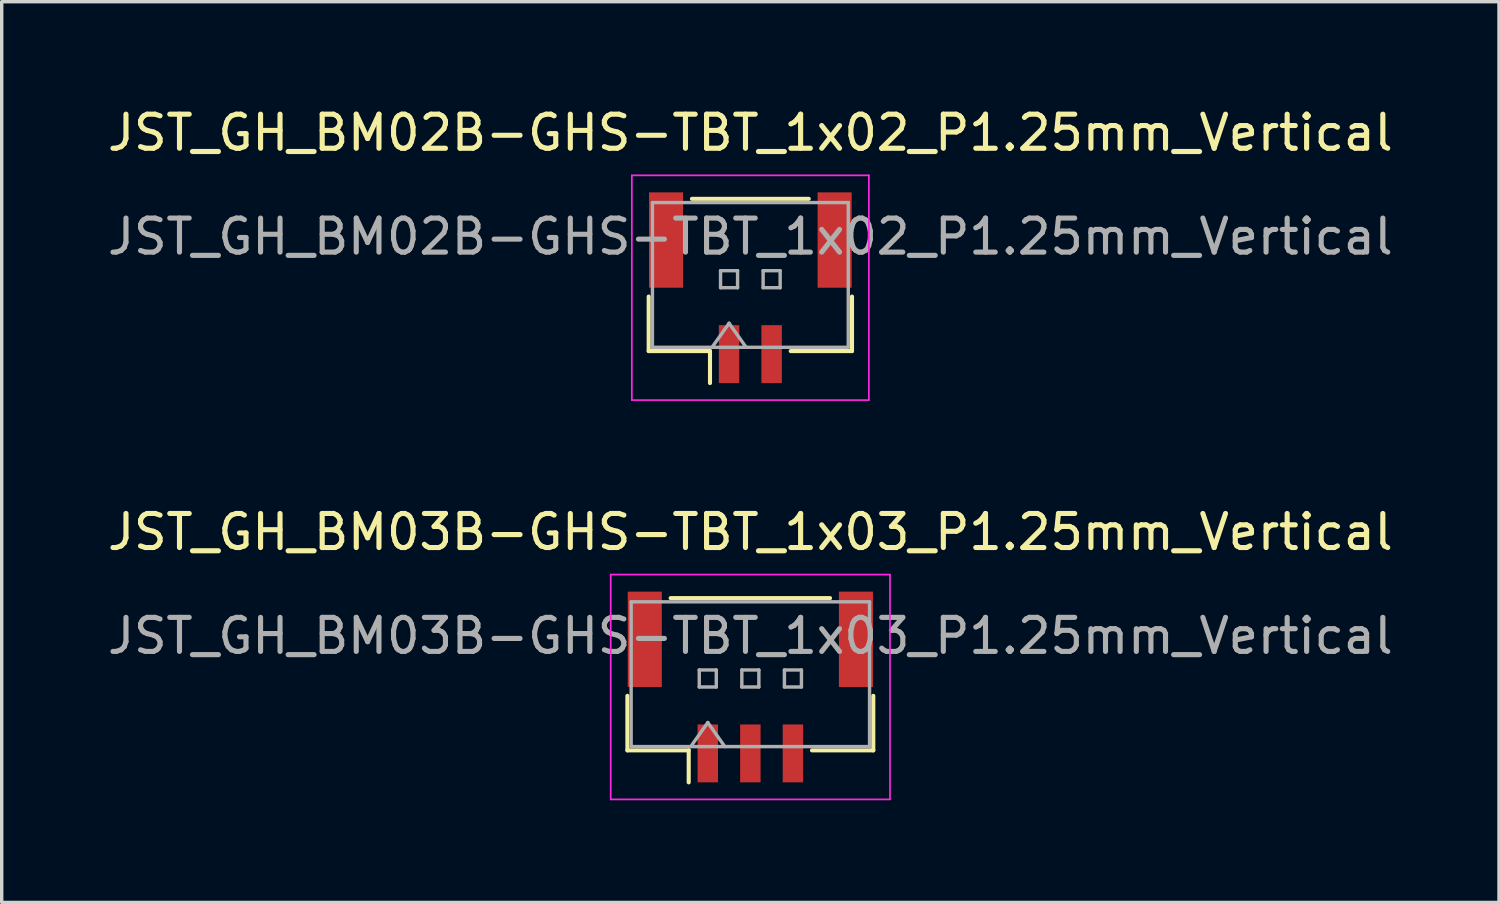
<source format=kicad_pcb>
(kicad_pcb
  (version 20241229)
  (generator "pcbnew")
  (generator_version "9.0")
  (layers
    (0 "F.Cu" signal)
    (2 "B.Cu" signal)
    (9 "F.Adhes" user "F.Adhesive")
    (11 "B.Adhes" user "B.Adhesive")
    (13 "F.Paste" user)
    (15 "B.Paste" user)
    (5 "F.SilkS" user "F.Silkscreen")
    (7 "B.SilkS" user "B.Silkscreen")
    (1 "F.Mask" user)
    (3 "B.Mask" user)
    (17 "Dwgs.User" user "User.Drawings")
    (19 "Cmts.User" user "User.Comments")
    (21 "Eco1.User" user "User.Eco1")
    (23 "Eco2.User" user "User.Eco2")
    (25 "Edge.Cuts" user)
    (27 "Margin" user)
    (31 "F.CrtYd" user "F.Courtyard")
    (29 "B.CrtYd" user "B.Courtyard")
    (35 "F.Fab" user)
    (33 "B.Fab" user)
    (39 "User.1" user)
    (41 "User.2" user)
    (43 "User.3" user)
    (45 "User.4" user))
  (footprint "JST_GH_BM03B-GHS-TBT_1x03_P1.25mm_Vertical"
    (layer "F.Cu")
    (at 18.982 17.122)
    (property "Reference" "JST_GH_BM03B-GHS-TBT_1x03_P1.25mm_Vertical" (at 0 -4.55 0) (layer "F.SilkS") (effects (font (size 1 1) (thickness 0.15))))
    (attr smd)
    (fp_line (start -3.61 0.26) (end -3.61 1.86) (stroke (width 0.12) (type solid)) (layer "F.SilkS"))
    (fp_line (start -3.61 1.86) (end -1.81 1.86) (stroke (width 0.12) (type solid)) (layer "F.SilkS"))
    (fp_line (start -2.34 -2.61) (end 2.34 -2.61) (stroke (width 0.12) (type solid)) (layer "F.SilkS"))
    (fp_line (start -1.81 1.86) (end -1.81 2.8) (stroke (width 0.12) (type solid)) (layer "F.SilkS"))
    (fp_line (start 3.61 0.26) (end 3.61 1.86) (stroke (width 0.12) (type solid)) (layer "F.SilkS"))
    (fp_line (start 3.61 1.86) (end 1.81 1.86) (stroke (width 0.12) (type solid)) (layer "F.SilkS"))
    (fp_line (start -4.1 -3.3) (end -4.1 3.3) (stroke (width 0.05) (type solid)) (layer "F.CrtYd"))
    (fp_line (start -4.1 3.3) (end 4.1 3.3) (stroke (width 0.05) (type solid)) (layer "F.CrtYd"))
    (fp_line (start 4.1 -3.3) (end -4.1 -3.3) (stroke (width 0.05) (type solid)) (layer "F.CrtYd"))
    (fp_line (start 4.1 3.3) (end 4.1 -3.3) (stroke (width 0.05) (type solid)) (layer "F.CrtYd"))
    (fp_line (start -3.5 -2.5) (end 3.5 -2.5) (stroke (width 0.1) (type solid)) (layer "F.Fab"))
    (fp_line (start -3.5 1.75) (end -3.5 -2.5) (stroke (width 0.1) (type solid)) (layer "F.Fab"))
    (fp_line (start -3.5 1.75) (end 3.5 1.75) (stroke (width 0.1) (type solid)) (layer "F.Fab"))
    (fp_line (start -1.75 1.75) (end -1.25 1.043) (stroke (width 0.1) (type solid)) (layer "F.Fab"))
    (fp_line (start -1.5 -0.5) (end -1.5 0) (stroke (width 0.1) (type solid)) (layer "F.Fab"))
    (fp_line (start -1.5 0) (end -1 0) (stroke (width 0.1) (type solid)) (layer "F.Fab"))
    (fp_line (start -1.25 1.043) (end -0.75 1.75) (stroke (width 0.1) (type solid)) (layer "F.Fab"))
    (fp_line (start -1 -0.5) (end -1.5 -0.5) (stroke (width 0.1) (type solid)) (layer "F.Fab"))
    (fp_line (start -1 0) (end -1 -0.5) (stroke (width 0.1) (type solid)) (layer "F.Fab"))
    (fp_line (start -0.25 -0.5) (end -0.25 0) (stroke (width 0.1) (type solid)) (layer "F.Fab"))
    (fp_line (start -0.25 0) (end 0.25 0) (stroke (width 0.1) (type solid)) (layer "F.Fab"))
    (fp_line (start 0.25 -0.5) (end -0.25 -0.5) (stroke (width 0.1) (type solid)) (layer "F.Fab"))
    (fp_line (start 0.25 0) (end 0.25 -0.5) (stroke (width 0.1) (type solid)) (layer "F.Fab"))
    (fp_line (start 1 -0.5) (end 1 0) (stroke (width 0.1) (type solid)) (layer "F.Fab"))
    (fp_line (start 1 0) (end 1.5 0) (stroke (width 0.1) (type solid)) (layer "F.Fab"))
    (fp_line (start 1.5 -0.5) (end 1 -0.5) (stroke (width 0.1) (type solid)) (layer "F.Fab"))
    (fp_line (start 1.5 0) (end 1.5 -0.5) (stroke (width 0.1) (type solid)) (layer "F.Fab"))
    (fp_line (start 3.5 1.75) (end 3.5 -2.5) (stroke (width 0.1) (type solid)) (layer "F.Fab"))
    (fp_text user "${REFERENCE}" (at 0 -1.5 0) (layer "F.Fab") (effects (font (size 1 1) (thickness 0.15))))
    (pad "" smd rect (at -3.1 -1.4) (size 1 2.8) (layers "F.Cu" "F.Mask" "F.Paste"))
    (pad "" smd rect (at 3.1 -1.4) (size 1 2.8) (layers "F.Cu" "F.Mask" "F.Paste"))
    (pad "1" smd rect (at -1.25 1.95) (size 0.6 1.7) (layers "F.Cu" "F.Mask" "F.Paste"))
    (pad "2" smd rect (at 0 1.95) (size 0.6 1.7) (layers "F.Cu" "F.Mask" "F.Paste"))
    (pad "3" smd rect (at 1.25 1.95) (size 0.6 1.7) (layers "F.Cu" "F.Mask" "F.Paste")))
  (footprint "JST_GH_BM02B-GHS-TBT_1x02_P1.25mm_Vertical"
    (layer "F.Cu")
    (at 18.982 5.398)
    (property "Reference" "JST_GH_BM02B-GHS-TBT_1x02_P1.25mm_Vertical" (at 0 -4.55 0) (layer "F.SilkS") (effects (font (size 1 1) (thickness 0.15))))
    (attr smd)
    (fp_line (start -2.985 0.26) (end -2.985 1.86) (stroke (width 0.12) (type solid)) (layer "F.SilkS"))
    (fp_line (start -2.985 1.86) (end -1.185 1.86) (stroke (width 0.12) (type solid)) (layer "F.SilkS"))
    (fp_line (start -1.715 -2.61) (end 1.715 -2.61) (stroke (width 0.12) (type solid)) (layer "F.SilkS"))
    (fp_line (start -1.185 1.86) (end -1.185 2.8) (stroke (width 0.12) (type solid)) (layer "F.SilkS"))
    (fp_line (start 2.985 0.26) (end 2.985 1.86) (stroke (width 0.12) (type solid)) (layer "F.SilkS"))
    (fp_line (start 2.985 1.86) (end 1.185 1.86) (stroke (width 0.12) (type solid)) (layer "F.SilkS"))
    (fp_line (start -3.48 -3.3) (end -3.48 3.3) (stroke (width 0.05) (type solid)) (layer "F.CrtYd"))
    (fp_line (start -3.48 3.3) (end 3.48 3.3) (stroke (width 0.05) (type solid)) (layer "F.CrtYd"))
    (fp_line (start 3.48 -3.3) (end -3.48 -3.3) (stroke (width 0.05) (type solid)) (layer "F.CrtYd"))
    (fp_line (start 3.48 3.3) (end 3.48 -3.3) (stroke (width 0.05) (type solid)) (layer "F.CrtYd"))
    (fp_line (start -2.875 -2.5) (end 2.875 -2.5) (stroke (width 0.1) (type solid)) (layer "F.Fab"))
    (fp_line (start -2.875 1.75) (end -2.875 -2.5) (stroke (width 0.1) (type solid)) (layer "F.Fab"))
    (fp_line (start -2.875 1.75) (end 2.875 1.75) (stroke (width 0.1) (type solid)) (layer "F.Fab"))
    (fp_line (start -1.125 1.75) (end -0.625 1.043) (stroke (width 0.1) (type solid)) (layer "F.Fab"))
    (fp_line (start -0.875 -0.5) (end -0.875 0) (stroke (width 0.1) (type solid)) (layer "F.Fab"))
    (fp_line (start -0.875 0) (end -0.375 0) (stroke (width 0.1) (type solid)) (layer "F.Fab"))
    (fp_line (start -0.625 1.043) (end -0.125 1.75) (stroke (width 0.1) (type solid)) (layer "F.Fab"))
    (fp_line (start -0.375 -0.5) (end -0.875 -0.5) (stroke (width 0.1) (type solid)) (layer "F.Fab"))
    (fp_line (start -0.375 0) (end -0.375 -0.5) (stroke (width 0.1) (type solid)) (layer "F.Fab"))
    (fp_line (start 0.375 -0.5) (end 0.375 0) (stroke (width 0.1) (type solid)) (layer "F.Fab"))
    (fp_line (start 0.375 0) (end 0.875 0) (stroke (width 0.1) (type solid)) (layer "F.Fab"))
    (fp_line (start 0.875 -0.5) (end 0.375 -0.5) (stroke (width 0.1) (type solid)) (layer "F.Fab"))
    (fp_line (start 0.875 0) (end 0.875 -0.5) (stroke (width 0.1) (type solid)) (layer "F.Fab"))
    (fp_line (start 2.875 1.75) (end 2.875 -2.5) (stroke (width 0.1) (type solid)) (layer "F.Fab"))
    (fp_text user "${REFERENCE}" (at 0 -1.5 0) (layer "F.Fab") (effects (font (size 1 1) (thickness 0.15))))
    (pad "" smd rect (at -2.475 -1.4) (size 1 2.8) (layers "F.Cu" "F.Mask" "F.Paste"))
    (pad "" smd rect (at 2.475 -1.4) (size 1 2.8) (layers "F.Cu" "F.Mask" "F.Paste"))
    (pad "1" smd rect (at -0.625 1.95) (size 0.6 1.7) (layers "F.Cu" "F.Mask" "F.Paste"))
    (pad "2" smd rect (at 0.625 1.95) (size 0.6 1.7) (layers "F.Cu" "F.Mask" "F.Paste")))
  (gr_rect
    (start -3 -3)
    (end 40.964 23.447)
    (stroke (width 0.1) (type default))
    (fill no)
    (layer "Edge.Cuts")))
</source>
